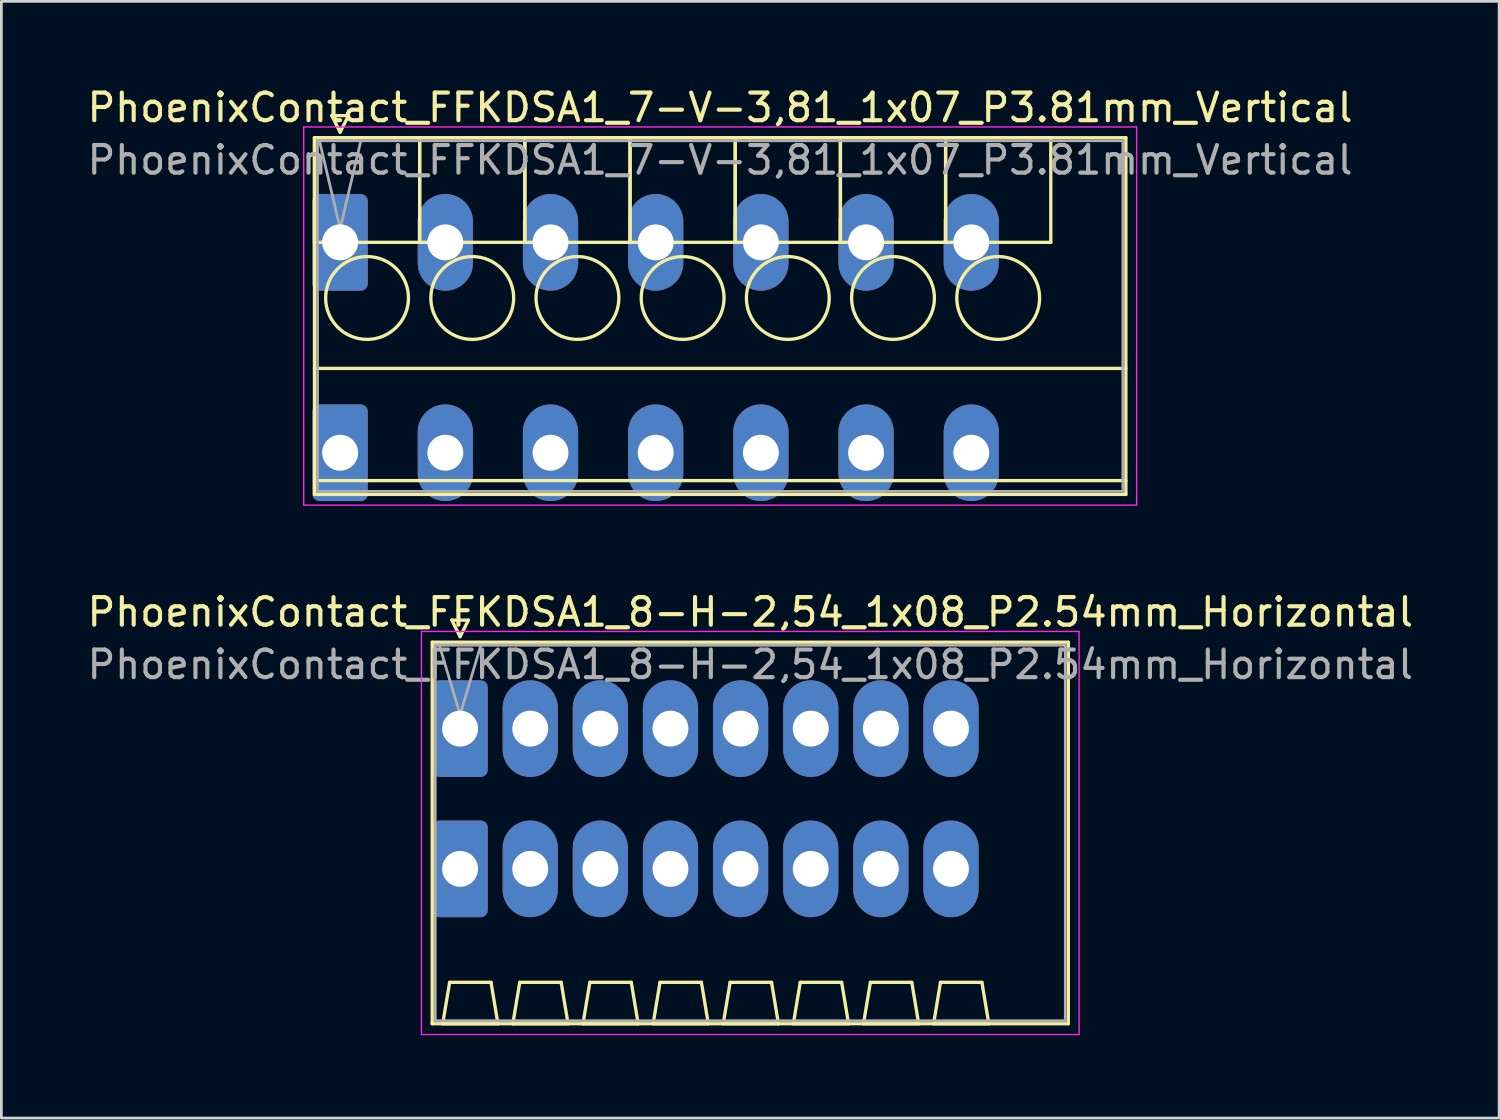
<source format=kicad_pcb>
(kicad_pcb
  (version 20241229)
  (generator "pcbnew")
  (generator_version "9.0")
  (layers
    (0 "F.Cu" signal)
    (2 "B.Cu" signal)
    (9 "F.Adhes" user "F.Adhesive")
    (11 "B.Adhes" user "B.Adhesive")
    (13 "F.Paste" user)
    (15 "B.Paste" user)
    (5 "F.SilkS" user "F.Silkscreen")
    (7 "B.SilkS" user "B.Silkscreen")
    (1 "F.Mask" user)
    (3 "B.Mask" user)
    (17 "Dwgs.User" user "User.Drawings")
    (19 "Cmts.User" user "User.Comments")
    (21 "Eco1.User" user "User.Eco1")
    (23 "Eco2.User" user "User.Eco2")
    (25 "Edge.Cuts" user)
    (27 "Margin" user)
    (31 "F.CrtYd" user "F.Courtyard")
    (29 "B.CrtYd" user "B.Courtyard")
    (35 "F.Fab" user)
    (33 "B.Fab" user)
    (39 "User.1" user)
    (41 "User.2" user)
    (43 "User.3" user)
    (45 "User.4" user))
  (footprint "PhoenixContact_FFKDSA1_7-V-3,81_1x07_P3.81mm_Vertical"
    (layer "F.Cu")
    (at 9.27 5.728)
    (property "Reference" "PhoenixContact_FFKDSA1_7-V-3,81_1x07_P3.81mm_Vertical" (at 13.76 -4.88 0) (layer "F.SilkS") (effects (font (size 1 1) (thickness 0.15))))
    (attr through_hole)
    (fp_line (start -0.93 -3.79) (end -0.93 0) (stroke (width 0.12) (type solid)) (layer "F.SilkS"))
    (fp_line (start -0.93 -3.79) (end -0.93 9.13) (stroke (width 0.12) (type solid)) (layer "F.SilkS"))
    (fp_line (start -0.93 0) (end 2.88 0) (stroke (width 0.12) (type solid)) (layer "F.SilkS"))
    (fp_line (start -0.93 4.565) (end 28.46 4.565) (stroke (width 0.12) (type solid)) (layer "F.SilkS"))
    (fp_line (start -0.93 8.63) (end 28.46 8.63) (stroke (width 0.12) (type solid)) (layer "F.SilkS"))
    (fp_line (start -0.93 9.13) (end 28.46 9.13) (stroke (width 0.12) (type solid)) (layer "F.SilkS"))
    (fp_line (start -0.3 -4.59) (end 0.3 -4.59) (stroke (width 0.12) (type solid)) (layer "F.SilkS"))
    (fp_line (start 0 -3.99) (end -0.3 -4.59) (stroke (width 0.12) (type solid)) (layer "F.SilkS"))
    (fp_line (start 0.3 -4.59) (end 0 -3.99) (stroke (width 0.12) (type solid)) (layer "F.SilkS"))
    (fp_line (start 2.88 -3.79) (end -0.93 -3.79) (stroke (width 0.12) (type solid)) (layer "F.SilkS"))
    (fp_line (start 2.88 -3.79) (end 2.88 0) (stroke (width 0.12) (type solid)) (layer "F.SilkS"))
    (fp_line (start 2.88 0) (end 2.88 -3.79) (stroke (width 0.12) (type solid)) (layer "F.SilkS"))
    (fp_line (start 2.88 0) (end 6.69 0) (stroke (width 0.12) (type solid)) (layer "F.SilkS"))
    (fp_line (start 6.69 -3.79) (end 2.88 -3.79) (stroke (width 0.12) (type solid)) (layer "F.SilkS"))
    (fp_line (start 6.69 -3.79) (end 6.69 0) (stroke (width 0.12) (type solid)) (layer "F.SilkS"))
    (fp_line (start 6.69 0) (end 6.69 -3.79) (stroke (width 0.12) (type solid)) (layer "F.SilkS"))
    (fp_line (start 6.69 0) (end 10.5 0) (stroke (width 0.12) (type solid)) (layer "F.SilkS"))
    (fp_line (start 10.5 -3.79) (end 6.69 -3.79) (stroke (width 0.12) (type solid)) (layer "F.SilkS"))
    (fp_line (start 10.5 -3.79) (end 10.5 0) (stroke (width 0.12) (type solid)) (layer "F.SilkS"))
    (fp_line (start 10.5 0) (end 10.5 -3.79) (stroke (width 0.12) (type solid)) (layer "F.SilkS"))
    (fp_line (start 10.5 0) (end 14.31 0) (stroke (width 0.12) (type solid)) (layer "F.SilkS"))
    (fp_line (start 14.31 -3.79) (end 10.5 -3.79) (stroke (width 0.12) (type solid)) (layer "F.SilkS"))
    (fp_line (start 14.31 -3.79) (end 14.31 0) (stroke (width 0.12) (type solid)) (layer "F.SilkS"))
    (fp_line (start 14.31 0) (end 14.31 -3.79) (stroke (width 0.12) (type solid)) (layer "F.SilkS"))
    (fp_line (start 14.31 0) (end 18.12 0) (stroke (width 0.12) (type solid)) (layer "F.SilkS"))
    (fp_line (start 18.12 -3.79) (end 14.31 -3.79) (stroke (width 0.12) (type solid)) (layer "F.SilkS"))
    (fp_line (start 18.12 -3.79) (end 18.12 0) (stroke (width 0.12) (type solid)) (layer "F.SilkS"))
    (fp_line (start 18.12 0) (end 18.12 -3.79) (stroke (width 0.12) (type solid)) (layer "F.SilkS"))
    (fp_line (start 18.12 0) (end 21.93 0) (stroke (width 0.12) (type solid)) (layer "F.SilkS"))
    (fp_line (start 21.93 -3.79) (end 18.12 -3.79) (stroke (width 0.12) (type solid)) (layer "F.SilkS"))
    (fp_line (start 21.93 -3.79) (end 21.93 0) (stroke (width 0.12) (type solid)) (layer "F.SilkS"))
    (fp_line (start 21.93 0) (end 21.93 -3.79) (stroke (width 0.12) (type solid)) (layer "F.SilkS"))
    (fp_line (start 21.93 0) (end 25.74 0) (stroke (width 0.12) (type solid)) (layer "F.SilkS"))
    (fp_line (start 25.74 -3.79) (end 21.93 -3.79) (stroke (width 0.12) (type solid)) (layer "F.SilkS"))
    (fp_line (start 25.74 0) (end 25.74 -3.79) (stroke (width 0.12) (type solid)) (layer "F.SilkS"))
    (fp_line (start 28.46 -3.79) (end -0.93 -3.79) (stroke (width 0.12) (type solid)) (layer "F.SilkS"))
    (fp_line (start 28.46 9.13) (end 28.46 -3.79) (stroke (width 0.12) (type solid)) (layer "F.SilkS"))
    (fp_circle (center 0.975 2.015) (end 2.475 2.015) (stroke (width 0.12) (type solid)) (fill no) (layer "F.SilkS"))
    (fp_circle (center 4.785 2.015) (end 6.285 2.015) (stroke (width 0.12) (type solid)) (fill no) (layer "F.SilkS"))
    (fp_circle (center 8.595 2.015) (end 10.095 2.015) (stroke (width 0.12) (type solid)) (fill no) (layer "F.SilkS"))
    (fp_circle (center 12.405 2.015) (end 13.905 2.015) (stroke (width 0.12) (type solid)) (fill no) (layer "F.SilkS"))
    (fp_circle (center 16.215 2.015) (end 17.715 2.015) (stroke (width 0.12) (type solid)) (fill no) (layer "F.SilkS"))
    (fp_circle (center 20.025 2.015) (end 21.525 2.015) (stroke (width 0.12) (type solid)) (fill no) (layer "F.SilkS"))
    (fp_circle (center 23.835 2.015) (end 25.335 2.015) (stroke (width 0.12) (type solid)) (fill no) (layer "F.SilkS"))
    (fp_line (start -1.32 -4.18) (end -1.32 9.52) (stroke (width 0.05) (type solid)) (layer "F.CrtYd"))
    (fp_line (start -1.32 9.52) (end 28.85 9.52) (stroke (width 0.05) (type solid)) (layer "F.CrtYd"))
    (fp_line (start 28.85 -4.18) (end -1.32 -4.18) (stroke (width 0.05) (type solid)) (layer "F.CrtYd"))
    (fp_line (start 28.85 9.52) (end 28.85 -4.18) (stroke (width 0.05) (type solid)) (layer "F.CrtYd"))
    (fp_line (start -0.82 -3.68) (end -0.82 9.02) (stroke (width 0.1) (type solid)) (layer "F.Fab"))
    (fp_line (start -0.82 9.02) (end 28.35 9.02) (stroke (width 0.1) (type solid)) (layer "F.Fab"))
    (fp_line (start 0 -0.5) (end -0.75 -3.68) (stroke (width 0.1) (type solid)) (layer "F.Fab"))
    (fp_line (start 0.75 -3.68) (end 0 -0.5) (stroke (width 0.1) (type solid)) (layer "F.Fab"))
    (fp_line (start 28.35 -3.68) (end -0.82 -3.68) (stroke (width 0.1) (type solid)) (layer "F.Fab"))
    (fp_line (start 28.35 9.02) (end 28.35 -3.68) (stroke (width 0.1) (type solid)) (layer "F.Fab"))
    (fp_text user "${REFERENCE}" (at 13.76 -2.98 0) (layer "F.Fab") (effects (font (size 1 1) (thickness 0.15))))
    (pad "1" thru_hole roundrect (at 0 0) (size 2 3.5) (drill 1.3) (layers "*.Cu" "*.Mask") (roundrect_rratio 0.125))
    (pad "1" thru_hole roundrect (at 0 7.62) (size 2 3.5) (drill 1.3) (layers "*.Cu" "*.Mask") (roundrect_rratio 0.125))
    (pad "2" thru_hole oval (at 3.81 0) (size 2 3.5) (drill 1.3) (layers "*.Cu" "*.Mask"))
    (pad "2" thru_hole oval (at 3.81 7.62) (size 2 3.5) (drill 1.3) (layers "*.Cu" "*.Mask"))
    (pad "3" thru_hole oval (at 7.62 0) (size 2 3.5) (drill 1.3) (layers "*.Cu" "*.Mask"))
    (pad "3" thru_hole oval (at 7.62 7.62) (size 2 3.5) (drill 1.3) (layers "*.Cu" "*.Mask"))
    (pad "4" thru_hole oval (at 11.43 0) (size 2 3.5) (drill 1.3) (layers "*.Cu" "*.Mask"))
    (pad "4" thru_hole oval (at 11.43 7.62) (size 2 3.5) (drill 1.3) (layers "*.Cu" "*.Mask"))
    (pad "5" thru_hole oval (at 15.24 0) (size 2 3.5) (drill 1.3) (layers "*.Cu" "*.Mask"))
    (pad "5" thru_hole oval (at 15.24 7.62) (size 2 3.5) (drill 1.3) (layers "*.Cu" "*.Mask"))
    (pad "6" thru_hole oval (at 19.05 0) (size 2 3.5) (drill 1.3) (layers "*.Cu" "*.Mask"))
    (pad "6" thru_hole oval (at 19.05 7.62) (size 2 3.5) (drill 1.3) (layers "*.Cu" "*.Mask"))
    (pad "7" thru_hole oval (at 22.86 0) (size 2 3.5) (drill 1.3) (layers "*.Cu" "*.Mask"))
    (pad "7" thru_hole oval (at 22.86 7.62) (size 2 3.5) (drill 1.3) (layers "*.Cu" "*.Mask")))
  (footprint "PhoenixContact_FFKDSA1_8-H-2,54_1x08_P2.54mm_Horizontal"
    (layer "F.Cu")
    (at 13.615 23.341)
    (property "Reference" "PhoenixContact_FFKDSA1_8-H-2,54_1x08_P2.54mm_Horizontal" (at 10.51 -4.22 0) (layer "F.SilkS") (effects (font (size 1 1) (thickness 0.15))))
    (attr through_hole)
    (fp_line (start -1.01 -3.13) (end -1.01 10.69) (stroke (width 0.12) (type solid)) (layer "F.SilkS"))
    (fp_line (start -1.01 10.69) (end 22.03 10.69) (stroke (width 0.12) (type solid)) (layer "F.SilkS"))
    (fp_line (start -0.63 10.69) (end 1.37 10.69) (stroke (width 0.12) (type solid)) (layer "F.SilkS"))
    (fp_line (start -0.38 9.19) (end -0.63 10.69) (stroke (width 0.12) (type solid)) (layer "F.SilkS"))
    (fp_line (start -0.3 -3.93) (end 0.3 -3.93) (stroke (width 0.12) (type solid)) (layer "F.SilkS"))
    (fp_line (start 0 -3.33) (end -0.3 -3.93) (stroke (width 0.12) (type solid)) (layer "F.SilkS"))
    (fp_line (start 0.3 -3.93) (end 0 -3.33) (stroke (width 0.12) (type solid)) (layer "F.SilkS"))
    (fp_line (start 1.12 9.19) (end -0.38 9.19) (stroke (width 0.12) (type solid)) (layer "F.SilkS"))
    (fp_line (start 1.37 10.69) (end 1.12 9.19) (stroke (width 0.12) (type solid)) (layer "F.SilkS"))
    (fp_line (start 1.91 10.69) (end 3.91 10.69) (stroke (width 0.12) (type solid)) (layer "F.SilkS"))
    (fp_line (start 2.16 9.19) (end 1.91 10.69) (stroke (width 0.12) (type solid)) (layer "F.SilkS"))
    (fp_line (start 3.66 9.19) (end 2.16 9.19) (stroke (width 0.12) (type solid)) (layer "F.SilkS"))
    (fp_line (start 3.91 10.69) (end 3.66 9.19) (stroke (width 0.12) (type solid)) (layer "F.SilkS"))
    (fp_line (start 4.45 10.69) (end 6.45 10.69) (stroke (width 0.12) (type solid)) (layer "F.SilkS"))
    (fp_line (start 4.7 9.19) (end 4.45 10.69) (stroke (width 0.12) (type solid)) (layer "F.SilkS"))
    (fp_line (start 6.2 9.19) (end 4.7 9.19) (stroke (width 0.12) (type solid)) (layer "F.SilkS"))
    (fp_line (start 6.45 10.69) (end 6.2 9.19) (stroke (width 0.12) (type solid)) (layer "F.SilkS"))
    (fp_line (start 6.99 10.69) (end 8.99 10.69) (stroke (width 0.12) (type solid)) (layer "F.SilkS"))
    (fp_line (start 7.24 9.19) (end 6.99 10.69) (stroke (width 0.12) (type solid)) (layer "F.SilkS"))
    (fp_line (start 8.74 9.19) (end 7.24 9.19) (stroke (width 0.12) (type solid)) (layer "F.SilkS"))
    (fp_line (start 8.99 10.69) (end 8.74 9.19) (stroke (width 0.12) (type solid)) (layer "F.SilkS"))
    (fp_line (start 9.53 10.69) (end 11.53 10.69) (stroke (width 0.12) (type solid)) (layer "F.SilkS"))
    (fp_line (start 9.78 9.19) (end 9.53 10.69) (stroke (width 0.12) (type solid)) (layer "F.SilkS"))
    (fp_line (start 11.28 9.19) (end 9.78 9.19) (stroke (width 0.12) (type solid)) (layer "F.SilkS"))
    (fp_line (start 11.53 10.69) (end 11.28 9.19) (stroke (width 0.12) (type solid)) (layer "F.SilkS"))
    (fp_line (start 12.07 10.69) (end 14.07 10.69) (stroke (width 0.12) (type solid)) (layer "F.SilkS"))
    (fp_line (start 12.32 9.19) (end 12.07 10.69) (stroke (width 0.12) (type solid)) (layer "F.SilkS"))
    (fp_line (start 13.82 9.19) (end 12.32 9.19) (stroke (width 0.12) (type solid)) (layer "F.SilkS"))
    (fp_line (start 14.07 10.69) (end 13.82 9.19) (stroke (width 0.12) (type solid)) (layer "F.SilkS"))
    (fp_line (start 14.61 10.69) (end 16.61 10.69) (stroke (width 0.12) (type solid)) (layer "F.SilkS"))
    (fp_line (start 14.86 9.19) (end 14.61 10.69) (stroke (width 0.12) (type solid)) (layer "F.SilkS"))
    (fp_line (start 16.36 9.19) (end 14.86 9.19) (stroke (width 0.12) (type solid)) (layer "F.SilkS"))
    (fp_line (start 16.61 10.69) (end 16.36 9.19) (stroke (width 0.12) (type solid)) (layer "F.SilkS"))
    (fp_line (start 17.15 10.69) (end 19.15 10.69) (stroke (width 0.12) (type solid)) (layer "F.SilkS"))
    (fp_line (start 17.4 9.19) (end 17.15 10.69) (stroke (width 0.12) (type solid)) (layer "F.SilkS"))
    (fp_line (start 18.9 9.19) (end 17.4 9.19) (stroke (width 0.12) (type solid)) (layer "F.SilkS"))
    (fp_line (start 19.15 10.69) (end 18.9 9.19) (stroke (width 0.12) (type solid)) (layer "F.SilkS"))
    (fp_line (start 22.03 -3.13) (end -1.01 -3.13) (stroke (width 0.12) (type solid)) (layer "F.SilkS"))
    (fp_line (start 22.03 10.69) (end 22.03 -3.13) (stroke (width 0.12) (type solid)) (layer "F.SilkS"))
    (fp_line (start -1.4 -3.52) (end -1.4 11.08) (stroke (width 0.05) (type solid)) (layer "F.CrtYd"))
    (fp_line (start -1.4 11.08) (end 22.42 11.08) (stroke (width 0.05) (type solid)) (layer "F.CrtYd"))
    (fp_line (start 22.42 -3.52) (end -1.4 -3.52) (stroke (width 0.05) (type solid)) (layer "F.CrtYd"))
    (fp_line (start 22.42 11.08) (end 22.42 -3.52) (stroke (width 0.05) (type solid)) (layer "F.CrtYd"))
    (fp_line (start -0.9 -3.02) (end -0.9 10.58) (stroke (width 0.1) (type solid)) (layer "F.Fab"))
    (fp_line (start -0.9 10.58) (end 21.92 10.58) (stroke (width 0.1) (type solid)) (layer "F.Fab"))
    (fp_line (start 0 -0.5) (end -0.75 -3.02) (stroke (width 0.1) (type solid)) (layer "F.Fab"))
    (fp_line (start 0.75 -3.02) (end 0 -0.5) (stroke (width 0.1) (type solid)) (layer "F.Fab"))
    (fp_line (start 21.92 -3.02) (end -0.9 -3.02) (stroke (width 0.1) (type solid)) (layer "F.Fab"))
    (fp_line (start 21.92 10.58) (end 21.92 -3.02) (stroke (width 0.1) (type solid)) (layer "F.Fab"))
    (fp_text user "${REFERENCE}" (at 10.51 -2.32 0) (layer "F.Fab") (effects (font (size 1 1) (thickness 0.15))))
    (pad "1" thru_hole roundrect (at 0 0) (size 2 3.5) (drill 1.3) (layers "*.Cu" "*.Mask") (roundrect_rratio 0.125))
    (pad "1" thru_hole roundrect (at 0 5.08) (size 2 3.5) (drill 1.3) (layers "*.Cu" "*.Mask") (roundrect_rratio 0.125))
    (pad "2" thru_hole oval (at 2.54 0) (size 2 3.5) (drill 1.3) (layers "*.Cu" "*.Mask"))
    (pad "2" thru_hole oval (at 2.54 5.08) (size 2 3.5) (drill 1.3) (layers "*.Cu" "*.Mask"))
    (pad "3" thru_hole oval (at 5.08 0) (size 2 3.5) (drill 1.3) (layers "*.Cu" "*.Mask"))
    (pad "3" thru_hole oval (at 5.08 5.08) (size 2 3.5) (drill 1.3) (layers "*.Cu" "*.Mask"))
    (pad "4" thru_hole oval (at 7.62 0) (size 2 3.5) (drill 1.3) (layers "*.Cu" "*.Mask"))
    (pad "4" thru_hole oval (at 7.62 5.08) (size 2 3.5) (drill 1.3) (layers "*.Cu" "*.Mask"))
    (pad "5" thru_hole oval (at 10.16 0) (size 2 3.5) (drill 1.3) (layers "*.Cu" "*.Mask"))
    (pad "5" thru_hole oval (at 10.16 5.08) (size 2 3.5) (drill 1.3) (layers "*.Cu" "*.Mask"))
    (pad "6" thru_hole oval (at 12.7 0) (size 2 3.5) (drill 1.3) (layers "*.Cu" "*.Mask"))
    (pad "6" thru_hole oval (at 12.7 5.08) (size 2 3.5) (drill 1.3) (layers "*.Cu" "*.Mask"))
    (pad "7" thru_hole oval (at 15.24 0) (size 2 3.5) (drill 1.3) (layers "*.Cu" "*.Mask"))
    (pad "7" thru_hole oval (at 15.24 5.08) (size 2 3.5) (drill 1.3) (layers "*.Cu" "*.Mask"))
    (pad "8" thru_hole oval (at 17.78 0) (size 2 3.5) (drill 1.3) (layers "*.Cu" "*.Mask"))
    (pad "8" thru_hole oval (at 17.78 5.08) (size 2 3.5) (drill 1.3) (layers "*.Cu" "*.Mask")))
  (gr_rect
    (start -3 -3)
    (end 51.25 37.447)
    (stroke (width 0.1) (type default))
    (fill no)
    (layer "Edge.Cuts")))
</source>
